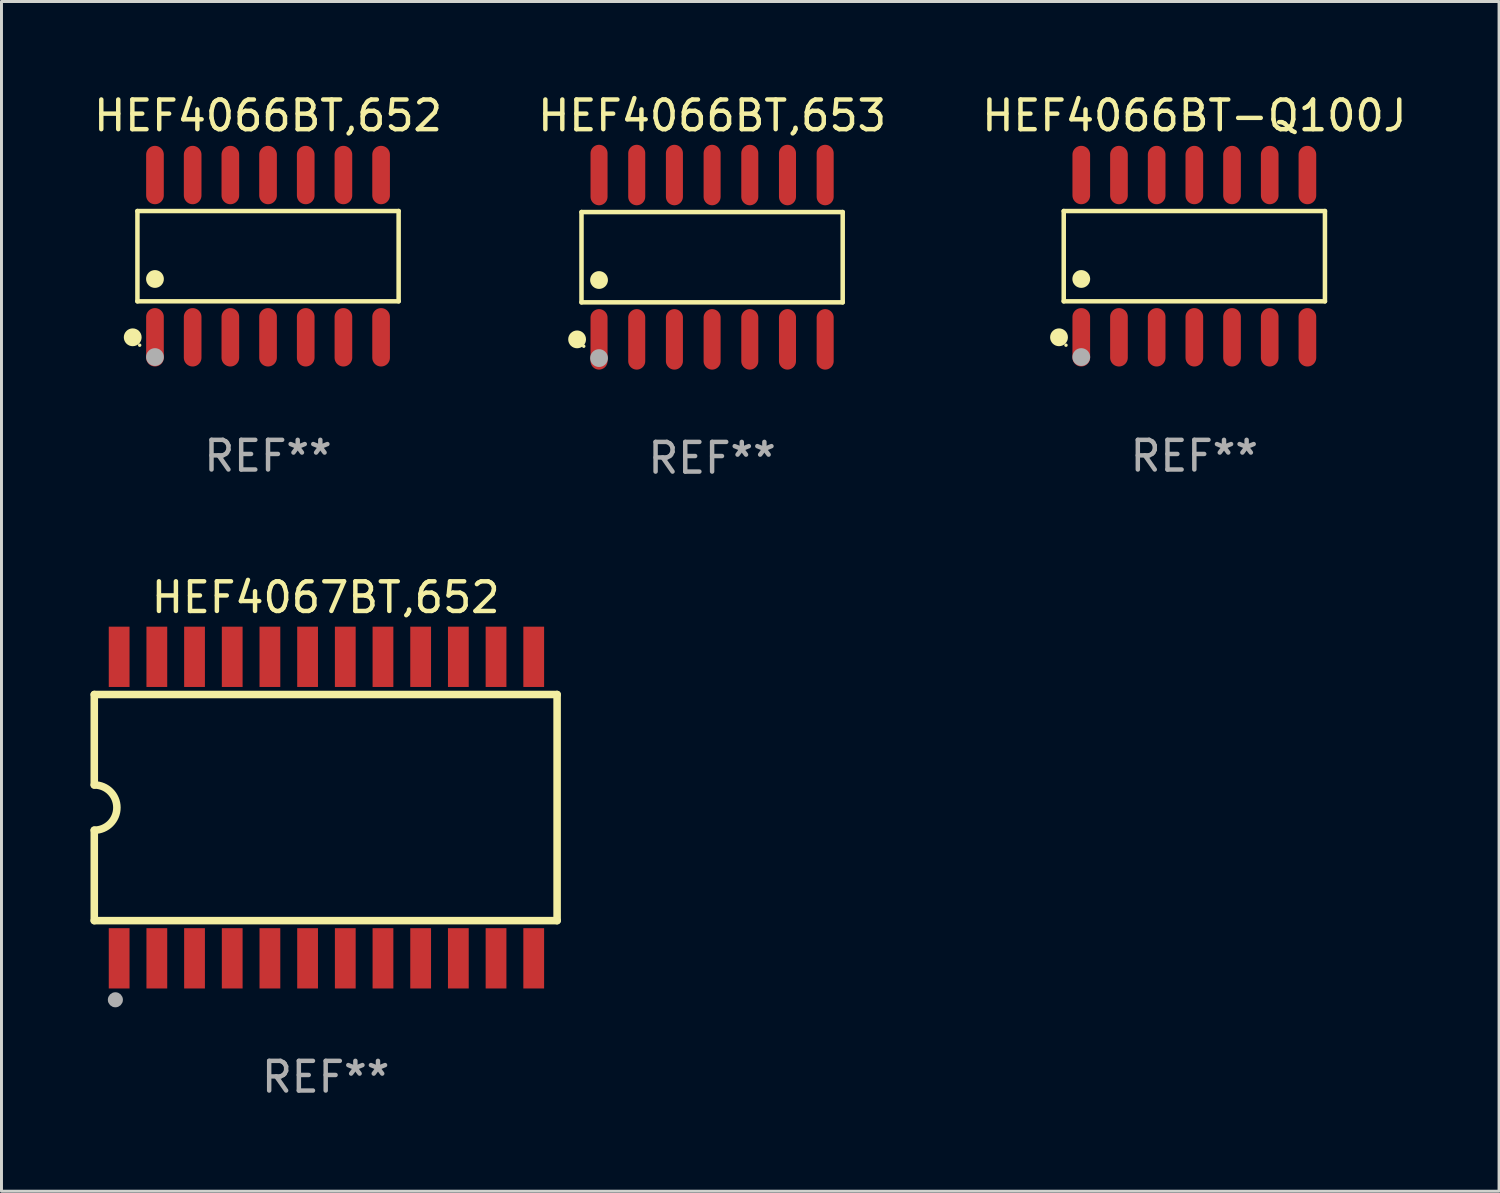
<source format=kicad_pcb>
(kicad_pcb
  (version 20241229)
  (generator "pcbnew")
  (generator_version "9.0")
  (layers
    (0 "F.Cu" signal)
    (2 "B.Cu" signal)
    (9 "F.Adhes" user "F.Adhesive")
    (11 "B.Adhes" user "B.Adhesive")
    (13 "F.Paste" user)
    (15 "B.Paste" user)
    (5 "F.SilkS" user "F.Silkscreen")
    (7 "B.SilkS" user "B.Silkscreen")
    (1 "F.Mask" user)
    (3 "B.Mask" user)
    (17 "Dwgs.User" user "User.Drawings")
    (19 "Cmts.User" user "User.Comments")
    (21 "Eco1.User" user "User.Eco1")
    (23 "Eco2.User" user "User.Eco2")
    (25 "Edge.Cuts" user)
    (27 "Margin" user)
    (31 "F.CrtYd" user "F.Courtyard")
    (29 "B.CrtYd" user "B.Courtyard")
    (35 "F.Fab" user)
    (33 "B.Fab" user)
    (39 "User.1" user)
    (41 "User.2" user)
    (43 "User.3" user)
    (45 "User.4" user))
  (footprint "HEF4066BT,653"
    (layer "F.Cu")
    (at 20.946 5.617)
    (property "Reference" "HEF4066BT,653" (at 0 -4.769 0) (layer "F.SilkS") (effects (font (size 1 1) (thickness 0.15))))
    (attr through_hole)
    (fp_line (start -4.401 -1.521) (end 4.401 -1.521) (stroke (width 0.152) (type solid)) (layer "F.SilkS"))
    (fp_line (start -4.401 1.521) (end -4.401 -1.521) (stroke (width 0.152) (type solid)) (layer "F.SilkS"))
    (fp_line (start 4.401 -1.521) (end 4.401 1.521) (stroke (width 0.152) (type solid)) (layer "F.SilkS"))
    (fp_line (start 4.401 1.521) (end -4.401 1.521) (stroke (width 0.152) (type solid)) (layer "F.SilkS"))
    (fp_circle (center -4.549 2.769) (end -4.399 2.769) (stroke (width 0.3) (type solid)) (fill no) (layer "F.SilkS"))
    (fp_circle (center -4.325 3) (end -4.295 3) (stroke (width 0.06) (type solid)) (fill no) (layer "F.SilkS"))
    (fp_circle (center -3.81 0.769) (end -3.66 0.769) (stroke (width 0.3) (type solid)) (fill no) (layer "F.SilkS"))
    (fp_circle (center -3.81 3.4) (end -3.66 3.4) (stroke (width 0.3) (type solid)) (fill no) (layer "F.Fab"))
    (fp_text user "REF**" (at 0 6.769 0) (layer "F.Fab") (effects (font (size 1 1) (thickness 0.15))))
    (pad "1" smd oval (at -3.81 2.769) (size 0.574 2.038) (layers "F.Cu" "F.Mask" "F.Paste"))
    (pad "2" smd oval (at -2.54 2.769) (size 0.574 2.038) (layers "F.Cu" "F.Mask" "F.Paste"))
    (pad "3" smd oval (at -1.27 2.769) (size 0.574 2.038) (layers "F.Cu" "F.Mask" "F.Paste"))
    (pad "4" smd oval (at 0 2.769) (size 0.574 2.038) (layers "F.Cu" "F.Mask" "F.Paste"))
    (pad "5" smd oval (at 1.27 2.769) (size 0.574 2.038) (layers "F.Cu" "F.Mask" "F.Paste"))
    (pad "6" smd oval (at 2.54 2.769) (size 0.574 2.038) (layers "F.Cu" "F.Mask" "F.Paste"))
    (pad "7" smd oval (at 3.81 2.769) (size 0.574 2.038) (layers "F.Cu" "F.Mask" "F.Paste"))
    (pad "8" smd oval (at 3.81 -2.769) (size 0.574 2.038) (layers "F.Cu" "F.Mask" "F.Paste"))
    (pad "9" smd oval (at 2.54 -2.769) (size 0.574 2.038) (layers "F.Cu" "F.Mask" "F.Paste"))
    (pad "10" smd oval (at 1.27 -2.769) (size 0.574 2.038) (layers "F.Cu" "F.Mask" "F.Paste"))
    (pad "11" smd oval (at 0 -2.769) (size 0.574 2.038) (layers "F.Cu" "F.Mask" "F.Paste"))
    (pad "12" smd oval (at -1.27 -2.769) (size 0.574 2.038) (layers "F.Cu" "F.Mask" "F.Paste"))
    (pad "13" smd oval (at -2.54 -2.769) (size 0.574 2.038) (layers "F.Cu" "F.Mask" "F.Paste"))
    (pad "14" smd oval (at -3.81 -2.769) (size 0.574 2.038) (layers "F.Cu" "F.Mask" "F.Paste")))
  (footprint "HEF4066BT-Q100J"
    (layer "F.Cu")
    (at 37.196 5.582)
    (property "Reference" "HEF4066BT-Q100J" (at 0 -4.734 0) (layer "F.SilkS") (effects (font (size 1 1) (thickness 0.15))))
    (attr through_hole)
    (fp_line (start -4.401 -1.521) (end 4.401 -1.521) (stroke (width 0.152) (type solid)) (layer "F.SilkS"))
    (fp_line (start -4.401 1.521) (end -4.401 -1.521) (stroke (width 0.152) (type solid)) (layer "F.SilkS"))
    (fp_line (start 4.401 -1.521) (end 4.401 1.521) (stroke (width 0.152) (type solid)) (layer "F.SilkS"))
    (fp_line (start 4.401 1.521) (end -4.401 1.521) (stroke (width 0.152) (type solid)) (layer "F.SilkS"))
    (fp_circle (center -4.56 2.734) (end -4.41 2.734) (stroke (width 0.3) (type solid)) (fill no) (layer "F.SilkS"))
    (fp_circle (center -4.325 3) (end -4.295 3) (stroke (width 0.06) (type solid)) (fill no) (layer "F.SilkS"))
    (fp_circle (center -3.81 0.769) (end -3.66 0.769) (stroke (width 0.3) (type solid)) (fill no) (layer "F.SilkS"))
    (fp_circle (center -3.81 3.4) (end -3.66 3.4) (stroke (width 0.3) (type solid)) (fill no) (layer "F.Fab"))
    (fp_text user "REF**" (at 0 6.734 0) (layer "F.Fab") (effects (font (size 1 1) (thickness 0.15))))
    (pad "1" smd oval (at -3.81 2.734) (size 0.595 1.968) (layers "F.Cu" "F.Mask" "F.Paste"))
    (pad "2" smd oval (at -2.54 2.734) (size 0.595 1.968) (layers "F.Cu" "F.Mask" "F.Paste"))
    (pad "3" smd oval (at -1.27 2.734) (size 0.595 1.968) (layers "F.Cu" "F.Mask" "F.Paste"))
    (pad "4" smd oval (at 0 2.734) (size 0.595 1.968) (layers "F.Cu" "F.Mask" "F.Paste"))
    (pad "5" smd oval (at 1.27 2.734) (size 0.595 1.968) (layers "F.Cu" "F.Mask" "F.Paste"))
    (pad "6" smd oval (at 2.54 2.734) (size 0.595 1.968) (layers "F.Cu" "F.Mask" "F.Paste"))
    (pad "7" smd oval (at 3.81 2.734) (size 0.595 1.968) (layers "F.Cu" "F.Mask" "F.Paste"))
    (pad "8" smd oval (at 3.81 -2.734) (size 0.595 1.968) (layers "F.Cu" "F.Mask" "F.Paste"))
    (pad "9" smd oval (at 2.54 -2.734) (size 0.595 1.968) (layers "F.Cu" "F.Mask" "F.Paste"))
    (pad "10" smd oval (at 1.27 -2.734) (size 0.595 1.968) (layers "F.Cu" "F.Mask" "F.Paste"))
    (pad "11" smd oval (at 0 -2.734) (size 0.595 1.968) (layers "F.Cu" "F.Mask" "F.Paste"))
    (pad "12" smd oval (at -1.27 -2.734) (size 0.595 1.968) (layers "F.Cu" "F.Mask" "F.Paste"))
    (pad "13" smd oval (at -2.54 -2.734) (size 0.595 1.968) (layers "F.Cu" "F.Mask" "F.Paste"))
    (pad "14" smd oval (at -3.81 -2.734) (size 0.595 1.968) (layers "F.Cu" "F.Mask" "F.Paste")))
  (footprint "HEF4067BT,652"
    (layer "F.Cu")
    (at 7.925 24.163)
    (property "Reference" "HEF4067BT,652" (at 0 -7.08 0) (layer "F.SilkS") (effects (font (size 1 1) (thickness 0.15))))
    (attr through_hole)
    (fp_line (start -7.798 -3.81) (end -7.798 -0.762) (stroke (width 0.254) (type solid)) (layer "F.SilkS"))
    (fp_line (start -7.798 3.81) (end -7.798 0.762) (stroke (width 0.254) (type solid)) (layer "F.SilkS"))
    (fp_line (start 7.798 -3.81) (end -7.798 -3.81) (stroke (width 0.254) (type solid)) (layer "F.SilkS"))
    (fp_line (start 7.798 3.81) (end -7.798 3.81) (stroke (width 0.254) (type solid)) (layer "F.SilkS"))
    (fp_line (start 7.798 3.81) (end 7.798 -3.81) (stroke (width 0.254) (type solid)) (layer "F.SilkS"))
    (fp_arc (start -7.797791 -0.762002) (mid -7.03579 -0.000001) (end -7.79779 0.762002) (stroke (width 0.254001) (type solid)) (layer "F.SilkS"))
    (fp_circle (center -7.825 3.75) (end -7.795 3.75) (stroke (width 0.06) (type solid)) (fill no) (layer "F.SilkS"))
    (fp_circle (center -7.087 6.477) (end -6.96 6.477) (stroke (width 0.254) (type solid)) (fill no) (layer "F.Fab"))
    (fp_text user "REF**" (at 0 9.08 0) (layer "F.Fab") (effects (font (size 1 1) (thickness 0.15))))
    (pad "1" smd rect (at -6.96 5.08 90) (size 2.032 0.7) (layers "F.Cu" "F.Mask" "F.Paste"))
    (pad "2" smd rect (at -5.69 5.08 90) (size 2.032 0.7) (layers "F.Cu" "F.Mask" "F.Paste"))
    (pad "3" smd rect (at -4.42 5.08 90) (size 2.032 0.7) (layers "F.Cu" "F.Mask" "F.Paste"))
    (pad "4" smd rect (at -3.15 5.08 90) (size 2.032 0.7) (layers "F.Cu" "F.Mask" "F.Paste"))
    (pad "5" smd rect (at -1.88 5.08 90) (size 2.032 0.7) (layers "F.Cu" "F.Mask" "F.Paste"))
    (pad "6" smd rect (at -0.61 5.08 90) (size 2.032 0.7) (layers "F.Cu" "F.Mask" "F.Paste"))
    (pad "7" smd rect (at 0.66 5.08 90) (size 2.032 0.7) (layers "F.Cu" "F.Mask" "F.Paste"))
    (pad "8" smd rect (at 1.93 5.08 90) (size 2.032 0.7) (layers "F.Cu" "F.Mask" "F.Paste"))
    (pad "9" smd rect (at 3.2 5.08 90) (size 2.032 0.7) (layers "F.Cu" "F.Mask" "F.Paste"))
    (pad "10" smd rect (at 4.47 5.08 90) (size 2.032 0.7) (layers "F.Cu" "F.Mask" "F.Paste"))
    (pad "11" smd rect (at 5.74 5.08 90) (size 2.032 0.7) (layers "F.Cu" "F.Mask" "F.Paste"))
    (pad "12" smd rect (at 7.01 5.08 90) (size 2.032 0.7) (layers "F.Cu" "F.Mask" "F.Paste"))
    (pad "13" smd rect (at 7.01 -5.08 90) (size 2.032 0.7) (layers "F.Cu" "F.Mask" "F.Paste"))
    (pad "14" smd rect (at 5.74 -5.08 90) (size 2.032 0.7) (layers "F.Cu" "F.Mask" "F.Paste"))
    (pad "15" smd rect (at 4.47 -5.08 90) (size 2.032 0.7) (layers "F.Cu" "F.Mask" "F.Paste"))
    (pad "16" smd rect (at 3.2 -5.08 90) (size 2.032 0.7) (layers "F.Cu" "F.Mask" "F.Paste"))
    (pad "17" smd rect (at 1.93 -5.08 90) (size 2.032 0.7) (layers "F.Cu" "F.Mask" "F.Paste"))
    (pad "18" smd rect (at 0.66 -5.08 90) (size 2.032 0.7) (layers "F.Cu" "F.Mask" "F.Paste"))
    (pad "19" smd rect (at -0.61 -5.08 90) (size 2.032 0.7) (layers "F.Cu" "F.Mask" "F.Paste"))
    (pad "20" smd rect (at -1.88 -5.08 90) (size 2.032 0.7) (layers "F.Cu" "F.Mask" "F.Paste"))
    (pad "21" smd rect (at -3.15 -5.08 90) (size 2.032 0.7) (layers "F.Cu" "F.Mask" "F.Paste"))
    (pad "22" smd rect (at -4.42 -5.08 90) (size 2.032 0.7) (layers "F.Cu" "F.Mask" "F.Paste"))
    (pad "23" smd rect (at -5.69 -5.08 90) (size 2.032 0.7) (layers "F.Cu" "F.Mask" "F.Paste"))
    (pad "24" smd rect (at -6.96 -5.08 90) (size 2.032 0.7) (layers "F.Cu" "F.Mask" "F.Paste")))
  (footprint "HEF4066BT,652"
    (layer "F.Cu")
    (at 5.982 5.582)
    (property "Reference" "HEF4066BT,652" (at 0 -4.734 0) (layer "F.SilkS") (effects (font (size 1 1) (thickness 0.15))))
    (attr through_hole)
    (fp_line (start -4.401 -1.521) (end 4.401 -1.521) (stroke (width 0.152) (type solid)) (layer "F.SilkS"))
    (fp_line (start -4.401 1.521) (end -4.401 -1.521) (stroke (width 0.152) (type solid)) (layer "F.SilkS"))
    (fp_line (start 4.401 -1.521) (end 4.401 1.521) (stroke (width 0.152) (type solid)) (layer "F.SilkS"))
    (fp_line (start 4.401 1.521) (end -4.401 1.521) (stroke (width 0.152) (type solid)) (layer "F.SilkS"))
    (fp_circle (center -4.56 2.734) (end -4.41 2.734) (stroke (width 0.3) (type solid)) (fill no) (layer "F.SilkS"))
    (fp_circle (center -4.325 3) (end -4.295 3) (stroke (width 0.06) (type solid)) (fill no) (layer "F.SilkS"))
    (fp_circle (center -3.81 0.769) (end -3.66 0.769) (stroke (width 0.3) (type solid)) (fill no) (layer "F.SilkS"))
    (fp_circle (center -3.81 3.4) (end -3.66 3.4) (stroke (width 0.3) (type solid)) (fill no) (layer "F.Fab"))
    (fp_text user "REF**" (at 0 6.734 0) (layer "F.Fab") (effects (font (size 1 1) (thickness 0.15))))
    (pad "1" smd oval (at -3.81 2.734) (size 0.595 1.968) (layers "F.Cu" "F.Mask" "F.Paste"))
    (pad "2" smd oval (at -2.54 2.734) (size 0.595 1.968) (layers "F.Cu" "F.Mask" "F.Paste"))
    (pad "3" smd oval (at -1.27 2.734) (size 0.595 1.968) (layers "F.Cu" "F.Mask" "F.Paste"))
    (pad "4" smd oval (at 0 2.734) (size 0.595 1.968) (layers "F.Cu" "F.Mask" "F.Paste"))
    (pad "5" smd oval (at 1.27 2.734) (size 0.595 1.968) (layers "F.Cu" "F.Mask" "F.Paste"))
    (pad "6" smd oval (at 2.54 2.734) (size 0.595 1.968) (layers "F.Cu" "F.Mask" "F.Paste"))
    (pad "7" smd oval (at 3.81 2.734) (size 0.595 1.968) (layers "F.Cu" "F.Mask" "F.Paste"))
    (pad "8" smd oval (at 3.81 -2.734) (size 0.595 1.968) (layers "F.Cu" "F.Mask" "F.Paste"))
    (pad "9" smd oval (at 2.54 -2.734) (size 0.595 1.968) (layers "F.Cu" "F.Mask" "F.Paste"))
    (pad "10" smd oval (at 1.27 -2.734) (size 0.595 1.968) (layers "F.Cu" "F.Mask" "F.Paste"))
    (pad "11" smd oval (at 0 -2.734) (size 0.595 1.968) (layers "F.Cu" "F.Mask" "F.Paste"))
    (pad "12" smd oval (at -1.27 -2.734) (size 0.595 1.968) (layers "F.Cu" "F.Mask" "F.Paste"))
    (pad "13" smd oval (at -2.54 -2.734) (size 0.595 1.968) (layers "F.Cu" "F.Mask" "F.Paste"))
    (pad "14" smd oval (at -3.81 -2.734) (size 0.595 1.968) (layers "F.Cu" "F.Mask" "F.Paste")))
  (gr_rect
    (start -3 -3)
    (end 47.464 37.091)
    (stroke (width 0.1) (type default))
    (fill no)
    (layer "Edge.Cuts")))
</source>
